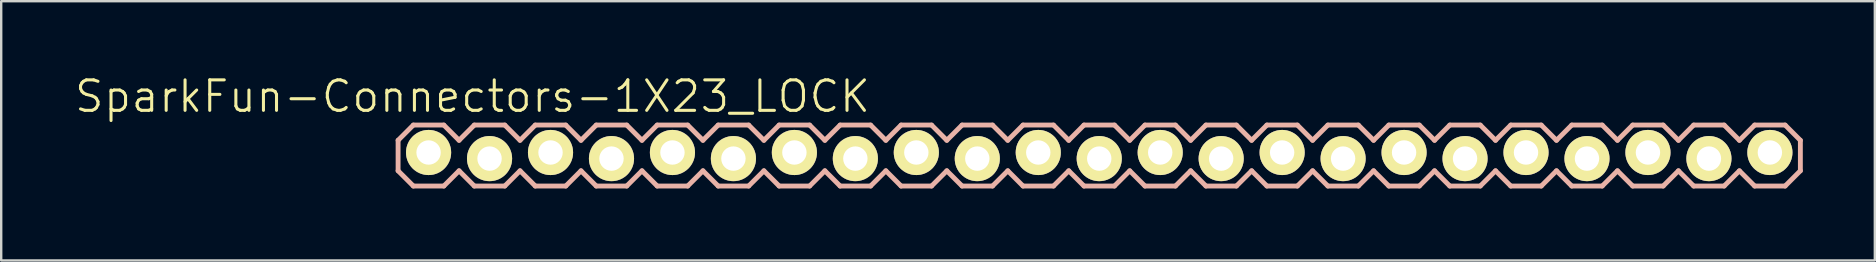
<source format=kicad_pcb>
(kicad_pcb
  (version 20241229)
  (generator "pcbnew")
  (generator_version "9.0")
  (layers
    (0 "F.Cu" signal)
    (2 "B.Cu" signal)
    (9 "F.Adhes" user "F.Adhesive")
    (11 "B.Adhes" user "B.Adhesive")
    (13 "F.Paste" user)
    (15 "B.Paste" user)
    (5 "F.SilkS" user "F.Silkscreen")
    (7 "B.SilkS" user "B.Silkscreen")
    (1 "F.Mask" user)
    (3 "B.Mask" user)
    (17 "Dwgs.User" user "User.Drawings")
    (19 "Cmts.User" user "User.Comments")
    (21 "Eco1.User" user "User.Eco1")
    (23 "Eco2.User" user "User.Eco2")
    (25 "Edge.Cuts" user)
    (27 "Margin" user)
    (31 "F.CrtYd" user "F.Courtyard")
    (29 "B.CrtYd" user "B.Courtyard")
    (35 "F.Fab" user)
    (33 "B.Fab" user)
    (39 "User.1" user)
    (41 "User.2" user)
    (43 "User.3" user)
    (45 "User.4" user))
  (footprint "SparkFun-Connectors-1X23_LOCK"
    (layer "F.Cu")
    (at 41.475 3.43)
    (property "Reference" "SparkFun-Connectors-1X23_LOCK" (at -24.841 -2.464 0) (layer "F.SilkS") (effects (font (size 1.27 1.27) (thickness 0.127))))
    (attr exclude_from_pos_files exclude_from_bom)
    (fp_line (start -26.924 -0.254) (end -26.416 -0.254) (stroke (width 0.066) (type solid)) (layer "F.SilkS"))
    (fp_line (start -26.924 0.254) (end -26.924 -0.254) (stroke (width 0.066) (type solid)) (layer "F.SilkS"))
    (fp_line (start -26.924 0.254) (end -26.416 0.254) (stroke (width 0.066) (type solid)) (layer "F.SilkS"))
    (fp_line (start -26.416 0.254) (end -26.416 -0.254) (stroke (width 0.066) (type solid)) (layer "F.SilkS"))
    (fp_line (start -24.384 -0.254) (end -23.876 -0.254) (stroke (width 0.066) (type solid)) (layer "F.SilkS"))
    (fp_line (start -24.384 0.254) (end -24.384 -0.254) (stroke (width 0.066) (type solid)) (layer "F.SilkS"))
    (fp_line (start -24.384 0.254) (end -23.876 0.254) (stroke (width 0.066) (type solid)) (layer "F.SilkS"))
    (fp_line (start -23.876 0.254) (end -23.876 -0.254) (stroke (width 0.066) (type solid)) (layer "F.SilkS"))
    (fp_line (start -21.844 -0.254) (end -21.336 -0.254) (stroke (width 0.066) (type solid)) (layer "F.SilkS"))
    (fp_line (start -21.844 0.254) (end -21.844 -0.254) (stroke (width 0.066) (type solid)) (layer "F.SilkS"))
    (fp_line (start -21.844 0.254) (end -21.336 0.254) (stroke (width 0.066) (type solid)) (layer "F.SilkS"))
    (fp_line (start -21.336 0.254) (end -21.336 -0.254) (stroke (width 0.066) (type solid)) (layer "F.SilkS"))
    (fp_line (start -19.304 -0.254) (end -18.796 -0.254) (stroke (width 0.066) (type solid)) (layer "F.SilkS"))
    (fp_line (start -19.304 0.254) (end -19.304 -0.254) (stroke (width 0.066) (type solid)) (layer "F.SilkS"))
    (fp_line (start -19.304 0.254) (end -18.796 0.254) (stroke (width 0.066) (type solid)) (layer "F.SilkS"))
    (fp_line (start -18.796 0.254) (end -18.796 -0.254) (stroke (width 0.066) (type solid)) (layer "F.SilkS"))
    (fp_line (start -16.764 -0.254) (end -16.256 -0.254) (stroke (width 0.066) (type solid)) (layer "F.SilkS"))
    (fp_line (start -16.764 0.254) (end -16.764 -0.254) (stroke (width 0.066) (type solid)) (layer "F.SilkS"))
    (fp_line (start -16.764 0.254) (end -16.256 0.254) (stroke (width 0.066) (type solid)) (layer "F.SilkS"))
    (fp_line (start -16.256 0.254) (end -16.256 -0.254) (stroke (width 0.066) (type solid)) (layer "F.SilkS"))
    (fp_line (start -14.224 -0.254) (end -13.716 -0.254) (stroke (width 0.066) (type solid)) (layer "F.SilkS"))
    (fp_line (start -14.224 0.254) (end -14.224 -0.254) (stroke (width 0.066) (type solid)) (layer "F.SilkS"))
    (fp_line (start -14.224 0.254) (end -13.716 0.254) (stroke (width 0.066) (type solid)) (layer "F.SilkS"))
    (fp_line (start -13.716 0.254) (end -13.716 -0.254) (stroke (width 0.066) (type solid)) (layer "F.SilkS"))
    (fp_line (start -11.684 -0.254) (end -11.176 -0.254) (stroke (width 0.066) (type solid)) (layer "F.SilkS"))
    (fp_line (start -11.684 0.254) (end -11.684 -0.254) (stroke (width 0.066) (type solid)) (layer "F.SilkS"))
    (fp_line (start -11.684 0.254) (end -11.176 0.254) (stroke (width 0.066) (type solid)) (layer "F.SilkS"))
    (fp_line (start -11.176 0.254) (end -11.176 -0.254) (stroke (width 0.066) (type solid)) (layer "F.SilkS"))
    (fp_line (start -9.144 -0.254) (end -8.636 -0.254) (stroke (width 0.066) (type solid)) (layer "F.SilkS"))
    (fp_line (start -9.144 0.254) (end -9.144 -0.254) (stroke (width 0.066) (type solid)) (layer "F.SilkS"))
    (fp_line (start -9.144 0.254) (end -8.636 0.254) (stroke (width 0.066) (type solid)) (layer "F.SilkS"))
    (fp_line (start -8.636 0.254) (end -8.636 -0.254) (stroke (width 0.066) (type solid)) (layer "F.SilkS"))
    (fp_line (start -6.604 -0.254) (end -6.096 -0.254) (stroke (width 0.066) (type solid)) (layer "F.SilkS"))
    (fp_line (start -6.604 0.254) (end -6.604 -0.254) (stroke (width 0.066) (type solid)) (layer "F.SilkS"))
    (fp_line (start -6.604 0.254) (end -6.096 0.254) (stroke (width 0.066) (type solid)) (layer "F.SilkS"))
    (fp_line (start -6.096 0.254) (end -6.096 -0.254) (stroke (width 0.066) (type solid)) (layer "F.SilkS"))
    (fp_line (start -4.064 -0.254) (end -3.556 -0.254) (stroke (width 0.066) (type solid)) (layer "F.SilkS"))
    (fp_line (start -4.064 0.254) (end -4.064 -0.254) (stroke (width 0.066) (type solid)) (layer "F.SilkS"))
    (fp_line (start -4.064 0.254) (end -3.556 0.254) (stroke (width 0.066) (type solid)) (layer "F.SilkS"))
    (fp_line (start -3.556 0.254) (end -3.556 -0.254) (stroke (width 0.066) (type solid)) (layer "F.SilkS"))
    (fp_line (start -1.524 -0.254) (end -1.016 -0.254) (stroke (width 0.066) (type solid)) (layer "F.SilkS"))
    (fp_line (start -1.524 0.254) (end -1.524 -0.254) (stroke (width 0.066) (type solid)) (layer "F.SilkS"))
    (fp_line (start -1.524 0.254) (end -1.016 0.254) (stroke (width 0.066) (type solid)) (layer "F.SilkS"))
    (fp_line (start -1.016 0.254) (end -1.016 -0.254) (stroke (width 0.066) (type solid)) (layer "F.SilkS"))
    (fp_line (start 1.016 -0.254) (end 1.524 -0.254) (stroke (width 0.066) (type solid)) (layer "F.SilkS"))
    (fp_line (start 1.016 0.254) (end 1.016 -0.254) (stroke (width 0.066) (type solid)) (layer "F.SilkS"))
    (fp_line (start 1.016 0.254) (end 1.524 0.254) (stroke (width 0.066) (type solid)) (layer "F.SilkS"))
    (fp_line (start 1.524 0.254) (end 1.524 -0.254) (stroke (width 0.066) (type solid)) (layer "F.SilkS"))
    (fp_line (start 3.556 -0.254) (end 4.064 -0.254) (stroke (width 0.066) (type solid)) (layer "F.SilkS"))
    (fp_line (start 3.556 0.254) (end 3.556 -0.254) (stroke (width 0.066) (type solid)) (layer "F.SilkS"))
    (fp_line (start 3.556 0.254) (end 4.064 0.254) (stroke (width 0.066) (type solid)) (layer "F.SilkS"))
    (fp_line (start 4.064 0.254) (end 4.064 -0.254) (stroke (width 0.066) (type solid)) (layer "F.SilkS"))
    (fp_line (start 6.096 -0.254) (end 6.604 -0.254) (stroke (width 0.066) (type solid)) (layer "F.SilkS"))
    (fp_line (start 6.096 0.254) (end 6.096 -0.254) (stroke (width 0.066) (type solid)) (layer "F.SilkS"))
    (fp_line (start 6.096 0.254) (end 6.604 0.254) (stroke (width 0.066) (type solid)) (layer "F.SilkS"))
    (fp_line (start 6.604 0.254) (end 6.604 -0.254) (stroke (width 0.066) (type solid)) (layer "F.SilkS"))
    (fp_line (start 8.636 -0.254) (end 9.144 -0.254) (stroke (width 0.066) (type solid)) (layer "F.SilkS"))
    (fp_line (start 8.636 0.254) (end 8.636 -0.254) (stroke (width 0.066) (type solid)) (layer "F.SilkS"))
    (fp_line (start 8.636 0.254) (end 9.144 0.254) (stroke (width 0.066) (type solid)) (layer "F.SilkS"))
    (fp_line (start 9.144 0.254) (end 9.144 -0.254) (stroke (width 0.066) (type solid)) (layer "F.SilkS"))
    (fp_line (start 11.176 -0.254) (end 11.684 -0.254) (stroke (width 0.066) (type solid)) (layer "F.SilkS"))
    (fp_line (start 11.176 0.254) (end 11.176 -0.254) (stroke (width 0.066) (type solid)) (layer "F.SilkS"))
    (fp_line (start 11.176 0.254) (end 11.684 0.254) (stroke (width 0.066) (type solid)) (layer "F.SilkS"))
    (fp_line (start 11.684 0.254) (end 11.684 -0.254) (stroke (width 0.066) (type solid)) (layer "F.SilkS"))
    (fp_line (start 13.716 -0.254) (end 14.224 -0.254) (stroke (width 0.066) (type solid)) (layer "F.SilkS"))
    (fp_line (start 13.716 0.254) (end 13.716 -0.254) (stroke (width 0.066) (type solid)) (layer "F.SilkS"))
    (fp_line (start 13.716 0.254) (end 14.224 0.254) (stroke (width 0.066) (type solid)) (layer "F.SilkS"))
    (fp_line (start 14.224 0.254) (end 14.224 -0.254) (stroke (width 0.066) (type solid)) (layer "F.SilkS"))
    (fp_line (start 16.256 -0.254) (end 16.764 -0.254) (stroke (width 0.066) (type solid)) (layer "F.SilkS"))
    (fp_line (start 16.256 0.254) (end 16.256 -0.254) (stroke (width 0.066) (type solid)) (layer "F.SilkS"))
    (fp_line (start 16.256 0.254) (end 16.764 0.254) (stroke (width 0.066) (type solid)) (layer "F.SilkS"))
    (fp_line (start 16.764 0.254) (end 16.764 -0.254) (stroke (width 0.066) (type solid)) (layer "F.SilkS"))
    (fp_line (start 18.796 -0.254) (end 19.304 -0.254) (stroke (width 0.066) (type solid)) (layer "F.SilkS"))
    (fp_line (start 18.796 0.254) (end 18.796 -0.254) (stroke (width 0.066) (type solid)) (layer "F.SilkS"))
    (fp_line (start 18.796 0.254) (end 19.304 0.254) (stroke (width 0.066) (type solid)) (layer "F.SilkS"))
    (fp_line (start 19.304 0.254) (end 19.304 -0.254) (stroke (width 0.066) (type solid)) (layer "F.SilkS"))
    (fp_line (start 21.336 -0.254) (end 21.844 -0.254) (stroke (width 0.066) (type solid)) (layer "F.SilkS"))
    (fp_line (start 21.336 0.254) (end 21.336 -0.254) (stroke (width 0.066) (type solid)) (layer "F.SilkS"))
    (fp_line (start 21.336 0.254) (end 21.844 0.254) (stroke (width 0.066) (type solid)) (layer "F.SilkS"))
    (fp_line (start 21.844 0.254) (end 21.844 -0.254) (stroke (width 0.066) (type solid)) (layer "F.SilkS"))
    (fp_line (start 23.876 -0.254) (end 24.384 -0.254) (stroke (width 0.066) (type solid)) (layer "F.SilkS"))
    (fp_line (start 23.876 0.254) (end 23.876 -0.254) (stroke (width 0.066) (type solid)) (layer "F.SilkS"))
    (fp_line (start 23.876 0.254) (end 24.384 0.254) (stroke (width 0.066) (type solid)) (layer "F.SilkS"))
    (fp_line (start 24.384 0.254) (end 24.384 -0.254) (stroke (width 0.066) (type solid)) (layer "F.SilkS"))
    (fp_line (start 26.416 -0.254) (end 26.924 -0.254) (stroke (width 0.066) (type solid)) (layer "F.SilkS"))
    (fp_line (start 26.416 0.254) (end 26.416 -0.254) (stroke (width 0.066) (type solid)) (layer "F.SilkS"))
    (fp_line (start 26.416 0.254) (end 26.924 0.254) (stroke (width 0.066) (type solid)) (layer "F.SilkS"))
    (fp_line (start 26.924 0.254) (end 26.924 -0.254) (stroke (width 0.066) (type solid)) (layer "F.SilkS"))
    (fp_line (start 28.953 -0.254) (end 29.464 -0.254) (stroke (width 0.066) (type solid)) (layer "F.SilkS"))
    (fp_line (start 28.953 0.254) (end 28.953 -0.254) (stroke (width 0.066) (type solid)) (layer "F.SilkS"))
    (fp_line (start 28.953 0.254) (end 29.464 0.254) (stroke (width 0.066) (type solid)) (layer "F.SilkS"))
    (fp_line (start 29.464 0.254) (end 29.464 -0.254) (stroke (width 0.066) (type solid)) (layer "F.SilkS"))
    (fp_line (start -27.94 -0.635) (end -27.94 0.635) (stroke (width 0.203) (type solid)) (layer "B.SilkS"))
    (fp_line (start -27.94 -0.635) (end -27.305 -1.27) (stroke (width 0.203) (type solid)) (layer "B.SilkS"))
    (fp_line (start -27.305 -1.27) (end -26.035 -1.27) (stroke (width 0.203) (type solid)) (layer "B.SilkS"))
    (fp_line (start -27.305 1.27) (end -27.94 0.635) (stroke (width 0.203) (type solid)) (layer "B.SilkS"))
    (fp_line (start -26.035 -1.27) (end -25.4 -0.635) (stroke (width 0.203) (type solid)) (layer "B.SilkS"))
    (fp_line (start -26.035 1.27) (end -27.305 1.27) (stroke (width 0.203) (type solid)) (layer "B.SilkS"))
    (fp_line (start -25.4 -0.635) (end -24.765 -1.27) (stroke (width 0.203) (type solid)) (layer "B.SilkS"))
    (fp_line (start -25.4 0.635) (end -26.035 1.27) (stroke (width 0.203) (type solid)) (layer "B.SilkS"))
    (fp_line (start -24.765 -1.27) (end -23.495 -1.27) (stroke (width 0.203) (type solid)) (layer "B.SilkS"))
    (fp_line (start -24.765 1.27) (end -25.4 0.635) (stroke (width 0.203) (type solid)) (layer "B.SilkS"))
    (fp_line (start -23.495 -1.27) (end -22.86 -0.635) (stroke (width 0.203) (type solid)) (layer "B.SilkS"))
    (fp_line (start -23.495 1.27) (end -24.765 1.27) (stroke (width 0.203) (type solid)) (layer "B.SilkS"))
    (fp_line (start -22.86 0.635) (end -23.495 1.27) (stroke (width 0.203) (type solid)) (layer "B.SilkS"))
    (fp_line (start -22.86 0.635) (end -22.225 1.27) (stroke (width 0.203) (type solid)) (layer "B.SilkS"))
    (fp_line (start -22.225 -1.27) (end -22.86 -0.635) (stroke (width 0.203) (type solid)) (layer "B.SilkS"))
    (fp_line (start -22.225 -1.27) (end -20.955 -1.27) (stroke (width 0.203) (type solid)) (layer "B.SilkS"))
    (fp_line (start -20.955 -1.27) (end -20.32 -0.635) (stroke (width 0.203) (type solid)) (layer "B.SilkS"))
    (fp_line (start -20.955 1.27) (end -22.225 1.27) (stroke (width 0.203) (type solid)) (layer "B.SilkS"))
    (fp_line (start -20.32 -0.635) (end -19.685 -1.27) (stroke (width 0.203) (type solid)) (layer "B.SilkS"))
    (fp_line (start -20.32 0.635) (end -20.955 1.27) (stroke (width 0.203) (type solid)) (layer "B.SilkS"))
    (fp_line (start -19.685 -1.27) (end -18.415 -1.27) (stroke (width 0.203) (type solid)) (layer "B.SilkS"))
    (fp_line (start -19.685 1.27) (end -20.32 0.635) (stroke (width 0.203) (type solid)) (layer "B.SilkS"))
    (fp_line (start -18.415 -1.27) (end -17.78 -0.635) (stroke (width 0.203) (type solid)) (layer "B.SilkS"))
    (fp_line (start -18.415 1.27) (end -19.685 1.27) (stroke (width 0.203) (type solid)) (layer "B.SilkS"))
    (fp_line (start -17.78 -0.635) (end -17.145 -1.27) (stroke (width 0.203) (type solid)) (layer "B.SilkS"))
    (fp_line (start -17.78 0.635) (end -18.415 1.27) (stroke (width 0.203) (type solid)) (layer "B.SilkS"))
    (fp_line (start -17.145 -1.27) (end -15.875 -1.27) (stroke (width 0.203) (type solid)) (layer "B.SilkS"))
    (fp_line (start -17.145 1.27) (end -17.78 0.635) (stroke (width 0.203) (type solid)) (layer "B.SilkS"))
    (fp_line (start -15.875 -1.27) (end -15.24 -0.635) (stroke (width 0.203) (type solid)) (layer "B.SilkS"))
    (fp_line (start -15.875 1.27) (end -17.145 1.27) (stroke (width 0.203) (type solid)) (layer "B.SilkS"))
    (fp_line (start -15.24 0.635) (end -15.875 1.27) (stroke (width 0.203) (type solid)) (layer "B.SilkS"))
    (fp_line (start -15.24 0.635) (end -14.605 1.27) (stroke (width 0.203) (type solid)) (layer "B.SilkS"))
    (fp_line (start -14.605 -1.27) (end -15.24 -0.635) (stroke (width 0.203) (type solid)) (layer "B.SilkS"))
    (fp_line (start -14.605 -1.27) (end -13.335 -1.27) (stroke (width 0.203) (type solid)) (layer "B.SilkS"))
    (fp_line (start -13.335 -1.27) (end -12.7 -0.635) (stroke (width 0.203) (type solid)) (layer "B.SilkS"))
    (fp_line (start -13.335 1.27) (end -14.605 1.27) (stroke (width 0.203) (type solid)) (layer "B.SilkS"))
    (fp_line (start -12.7 0.635) (end -13.335 1.27) (stroke (width 0.203) (type solid)) (layer "B.SilkS"))
    (fp_line (start -12.7 0.635) (end -12.065 1.27) (stroke (width 0.203) (type solid)) (layer "B.SilkS"))
    (fp_line (start -12.065 -1.27) (end -12.7 -0.635) (stroke (width 0.203) (type solid)) (layer "B.SilkS"))
    (fp_line (start -12.065 -1.27) (end -10.795 -1.27) (stroke (width 0.203) (type solid)) (layer "B.SilkS"))
    (fp_line (start -10.795 -1.27) (end -10.16 -0.635) (stroke (width 0.203) (type solid)) (layer "B.SilkS"))
    (fp_line (start -10.795 1.27) (end -12.065 1.27) (stroke (width 0.203) (type solid)) (layer "B.SilkS"))
    (fp_line (start -10.16 -0.635) (end -9.525 -1.27) (stroke (width 0.203) (type solid)) (layer "B.SilkS"))
    (fp_line (start -10.16 0.635) (end -10.795 1.27) (stroke (width 0.203) (type solid)) (layer "B.SilkS"))
    (fp_line (start -9.525 -1.27) (end -8.255 -1.27) (stroke (width 0.203) (type solid)) (layer "B.SilkS"))
    (fp_line (start -9.525 1.27) (end -10.16 0.635) (stroke (width 0.203) (type solid)) (layer "B.SilkS"))
    (fp_line (start -8.255 -1.27) (end -7.62 -0.635) (stroke (width 0.203) (type solid)) (layer "B.SilkS"))
    (fp_line (start -8.255 1.27) (end -9.525 1.27) (stroke (width 0.203) (type solid)) (layer "B.SilkS"))
    (fp_line (start -7.62 -0.635) (end -6.985 -1.27) (stroke (width 0.203) (type solid)) (layer "B.SilkS"))
    (fp_line (start -7.62 0.635) (end -8.255 1.27) (stroke (width 0.203) (type solid)) (layer "B.SilkS"))
    (fp_line (start -6.985 -1.27) (end -5.715 -1.27) (stroke (width 0.203) (type solid)) (layer "B.SilkS"))
    (fp_line (start -6.985 1.27) (end -7.62 0.635) (stroke (width 0.203) (type solid)) (layer "B.SilkS"))
    (fp_line (start -5.715 -1.27) (end -5.08 -0.635) (stroke (width 0.203) (type solid)) (layer "B.SilkS"))
    (fp_line (start -5.715 1.27) (end -6.985 1.27) (stroke (width 0.203) (type solid)) (layer "B.SilkS"))
    (fp_line (start -5.08 0.635) (end -5.715 1.27) (stroke (width 0.203) (type solid)) (layer "B.SilkS"))
    (fp_line (start -5.08 0.635) (end -4.445 1.27) (stroke (width 0.203) (type solid)) (layer "B.SilkS"))
    (fp_line (start -4.445 -1.27) (end -5.08 -0.635) (stroke (width 0.203) (type solid)) (layer "B.SilkS"))
    (fp_line (start -4.445 -1.27) (end -3.175 -1.27) (stroke (width 0.203) (type solid)) (layer "B.SilkS"))
    (fp_line (start -3.175 -1.27) (end -2.54 -0.635) (stroke (width 0.203) (type solid)) (layer "B.SilkS"))
    (fp_line (start -3.175 1.27) (end -4.445 1.27) (stroke (width 0.203) (type solid)) (layer "B.SilkS"))
    (fp_line (start -2.54 -0.635) (end -1.905 -1.27) (stroke (width 0.203) (type solid)) (layer "B.SilkS"))
    (fp_line (start -2.54 0.635) (end -3.175 1.27) (stroke (width 0.203) (type solid)) (layer "B.SilkS"))
    (fp_line (start -1.905 -1.27) (end -0.635 -1.27) (stroke (width 0.203) (type solid)) (layer "B.SilkS"))
    (fp_line (start -1.905 1.27) (end -2.54 0.635) (stroke (width 0.203) (type solid)) (layer "B.SilkS"))
    (fp_line (start -0.635 -1.27) (end 0 -0.635) (stroke (width 0.203) (type solid)) (layer "B.SilkS"))
    (fp_line (start -0.635 1.27) (end -1.905 1.27) (stroke (width 0.203) (type solid)) (layer "B.SilkS"))
    (fp_line (start 0 -0.635) (end 0.635 -1.27) (stroke (width 0.203) (type solid)) (layer "B.SilkS"))
    (fp_line (start 0 0.635) (end -0.635 1.27) (stroke (width 0.203) (type solid)) (layer "B.SilkS"))
    (fp_line (start 0.635 -1.27) (end 1.905 -1.27) (stroke (width 0.203) (type solid)) (layer "B.SilkS"))
    (fp_line (start 0.635 1.27) (end 0 0.635) (stroke (width 0.203) (type solid)) (layer "B.SilkS"))
    (fp_line (start 1.905 -1.27) (end 2.54 -0.635) (stroke (width 0.203) (type solid)) (layer "B.SilkS"))
    (fp_line (start 1.905 1.27) (end 0.635 1.27) (stroke (width 0.203) (type solid)) (layer "B.SilkS"))
    (fp_line (start 2.54 0.635) (end 1.905 1.27) (stroke (width 0.203) (type solid)) (layer "B.SilkS"))
    (fp_line (start 2.54 0.635) (end 3.175 1.27) (stroke (width 0.203) (type solid)) (layer "B.SilkS"))
    (fp_line (start 3.175 -1.27) (end 2.54 -0.635) (stroke (width 0.203) (type solid)) (layer "B.SilkS"))
    (fp_line (start 3.175 -1.27) (end 4.445 -1.27) (stroke (width 0.203) (type solid)) (layer "B.SilkS"))
    (fp_line (start 4.445 -1.27) (end 5.08 -0.635) (stroke (width 0.203) (type solid)) (layer "B.SilkS"))
    (fp_line (start 4.445 1.27) (end 3.175 1.27) (stroke (width 0.203) (type solid)) (layer "B.SilkS"))
    (fp_line (start 5.08 0.635) (end 4.445 1.27) (stroke (width 0.203) (type solid)) (layer "B.SilkS"))
    (fp_line (start 5.08 0.635) (end 5.715 1.27) (stroke (width 0.203) (type solid)) (layer "B.SilkS"))
    (fp_line (start 5.715 -1.27) (end 5.08 -0.635) (stroke (width 0.203) (type solid)) (layer "B.SilkS"))
    (fp_line (start 5.715 -1.27) (end 6.985 -1.27) (stroke (width 0.203) (type solid)) (layer "B.SilkS"))
    (fp_line (start 6.985 -1.27) (end 7.62 -0.635) (stroke (width 0.203) (type solid)) (layer "B.SilkS"))
    (fp_line (start 6.985 1.27) (end 5.715 1.27) (stroke (width 0.203) (type solid)) (layer "B.SilkS"))
    (fp_line (start 7.62 0.635) (end 6.985 1.27) (stroke (width 0.203) (type solid)) (layer "B.SilkS"))
    (fp_line (start 7.62 0.635) (end 8.255 1.27) (stroke (width 0.203) (type solid)) (layer "B.SilkS"))
    (fp_line (start 8.255 -1.27) (end 7.62 -0.635) (stroke (width 0.203) (type solid)) (layer "B.SilkS"))
    (fp_line (start 8.255 -1.27) (end 9.525 -1.27) (stroke (width 0.203) (type solid)) (layer "B.SilkS"))
    (fp_line (start 9.525 -1.27) (end 10.16 -0.635) (stroke (width 0.203) (type solid)) (layer "B.SilkS"))
    (fp_line (start 9.525 1.27) (end 8.255 1.27) (stroke (width 0.203) (type solid)) (layer "B.SilkS"))
    (fp_line (start 10.16 0.635) (end 9.525 1.27) (stroke (width 0.203) (type solid)) (layer "B.SilkS"))
    (fp_line (start 10.16 0.635) (end 10.795 1.27) (stroke (width 0.203) (type solid)) (layer "B.SilkS"))
    (fp_line (start 10.795 -1.27) (end 10.16 -0.635) (stroke (width 0.203) (type solid)) (layer "B.SilkS"))
    (fp_line (start 10.795 -1.27) (end 12.065 -1.27) (stroke (width 0.203) (type solid)) (layer "B.SilkS"))
    (fp_line (start 12.065 -1.27) (end 12.7 -0.635) (stroke (width 0.203) (type solid)) (layer "B.SilkS"))
    (fp_line (start 12.065 1.27) (end 10.795 1.27) (stroke (width 0.203) (type solid)) (layer "B.SilkS"))
    (fp_line (start 12.7 0.635) (end 12.065 1.27) (stroke (width 0.203) (type solid)) (layer "B.SilkS"))
    (fp_line (start 12.7 0.635) (end 13.335 1.27) (stroke (width 0.203) (type solid)) (layer "B.SilkS"))
    (fp_line (start 13.335 -1.27) (end 12.7 -0.635) (stroke (width 0.203) (type solid)) (layer "B.SilkS"))
    (fp_line (start 13.335 -1.27) (end 14.605 -1.27) (stroke (width 0.203) (type solid)) (layer "B.SilkS"))
    (fp_line (start 14.605 -1.27) (end 15.24 -0.635) (stroke (width 0.203) (type solid)) (layer "B.SilkS"))
    (fp_line (start 14.605 1.27) (end 13.335 1.27) (stroke (width 0.203) (type solid)) (layer "B.SilkS"))
    (fp_line (start 15.24 0.635) (end 14.605 1.27) (stroke (width 0.203) (type solid)) (layer "B.SilkS"))
    (fp_line (start 15.24 0.635) (end 15.875 1.27) (stroke (width 0.203) (type solid)) (layer "B.SilkS"))
    (fp_line (start 15.875 -1.27) (end 15.24 -0.635) (stroke (width 0.203) (type solid)) (layer "B.SilkS"))
    (fp_line (start 15.875 -1.27) (end 17.145 -1.27) (stroke (width 0.203) (type solid)) (layer "B.SilkS"))
    (fp_line (start 17.145 -1.27) (end 17.78 -0.635) (stroke (width 0.203) (type solid)) (layer "B.SilkS"))
    (fp_line (start 17.145 1.27) (end 15.875 1.27) (stroke (width 0.203) (type solid)) (layer "B.SilkS"))
    (fp_line (start 17.78 0.635) (end 17.145 1.27) (stroke (width 0.203) (type solid)) (layer "B.SilkS"))
    (fp_line (start 17.78 0.635) (end 18.415 1.27) (stroke (width 0.203) (type solid)) (layer "B.SilkS"))
    (fp_line (start 18.415 -1.27) (end 17.78 -0.635) (stroke (width 0.203) (type solid)) (layer "B.SilkS"))
    (fp_line (start 18.415 -1.27) (end 19.685 -1.27) (stroke (width 0.203) (type solid)) (layer "B.SilkS"))
    (fp_line (start 19.685 -1.27) (end 20.32 -0.635) (stroke (width 0.203) (type solid)) (layer "B.SilkS"))
    (fp_line (start 19.685 1.27) (end 18.415 1.27) (stroke (width 0.203) (type solid)) (layer "B.SilkS"))
    (fp_line (start 20.32 0.635) (end 19.685 1.27) (stroke (width 0.203) (type solid)) (layer "B.SilkS"))
    (fp_line (start 20.32 0.635) (end 20.955 1.27) (stroke (width 0.203) (type solid)) (layer "B.SilkS"))
    (fp_line (start 20.955 -1.27) (end 20.32 -0.635) (stroke (width 0.203) (type solid)) (layer "B.SilkS"))
    (fp_line (start 20.955 -1.27) (end 22.225 -1.27) (stroke (width 0.203) (type solid)) (layer "B.SilkS"))
    (fp_line (start 22.225 -1.27) (end 22.86 -0.635) (stroke (width 0.203) (type solid)) (layer "B.SilkS"))
    (fp_line (start 22.225 1.27) (end 20.955 1.27) (stroke (width 0.203) (type solid)) (layer "B.SilkS"))
    (fp_line (start 22.86 0.635) (end 22.225 1.27) (stroke (width 0.203) (type solid)) (layer "B.SilkS"))
    (fp_line (start 22.86 0.635) (end 23.495 1.27) (stroke (width 0.203) (type solid)) (layer "B.SilkS"))
    (fp_line (start 23.495 -1.27) (end 22.86 -0.635) (stroke (width 0.203) (type solid)) (layer "B.SilkS"))
    (fp_line (start 23.495 -1.27) (end 24.765 -1.27) (stroke (width 0.203) (type solid)) (layer "B.SilkS"))
    (fp_line (start 24.765 -1.27) (end 25.4 -0.635) (stroke (width 0.203) (type solid)) (layer "B.SilkS"))
    (fp_line (start 24.765 1.27) (end 23.495 1.27) (stroke (width 0.203) (type solid)) (layer "B.SilkS"))
    (fp_line (start 25.4 0.635) (end 24.765 1.27) (stroke (width 0.203) (type solid)) (layer "B.SilkS"))
    (fp_line (start 25.4 0.635) (end 26.035 1.27) (stroke (width 0.203) (type solid)) (layer "B.SilkS"))
    (fp_line (start 26.035 -1.27) (end 25.4 -0.635) (stroke (width 0.203) (type solid)) (layer "B.SilkS"))
    (fp_line (start 26.035 -1.27) (end 27.305 -1.27) (stroke (width 0.203) (type solid)) (layer "B.SilkS"))
    (fp_line (start 27.305 -1.27) (end 27.94 -0.635) (stroke (width 0.203) (type solid)) (layer "B.SilkS"))
    (fp_line (start 27.305 1.27) (end 26.035 1.27) (stroke (width 0.203) (type solid)) (layer "B.SilkS"))
    (fp_line (start 27.94 0.635) (end 27.305 1.27) (stroke (width 0.203) (type solid)) (layer "B.SilkS"))
    (fp_line (start 27.94 0.635) (end 28.575 1.27) (stroke (width 0.203) (type solid)) (layer "B.SilkS"))
    (fp_line (start 28.575 -1.27) (end 27.94 -0.635) (stroke (width 0.203) (type solid)) (layer "B.SilkS"))
    (fp_line (start 28.575 -1.27) (end 29.845 -1.27) (stroke (width 0.203) (type solid)) (layer "B.SilkS"))
    (fp_line (start 29.845 -1.27) (end 30.48 -0.635) (stroke (width 0.203) (type solid)) (layer "B.SilkS"))
    (fp_line (start 29.845 1.27) (end 28.575 1.27) (stroke (width 0.203) (type solid)) (layer "B.SilkS"))
    (fp_line (start 30.48 -0.635) (end 30.48 0.635) (stroke (width 0.203) (type solid)) (layer "B.SilkS"))
    (fp_line (start 30.48 0.635) (end 29.845 1.27) (stroke (width 0.203) (type solid)) (layer "B.SilkS"))
    (pad "2" thru_hole circle (at -26.67 -0.127) (size 1.88 1.88) (drill 1.016) (layers "*.Cu" "F.Mask" "F.SilkS" "F.Paste"))
    (pad "3" thru_hole circle (at -24.13 0.127) (size 1.88 1.88) (drill 1.016) (layers "*.Cu" "F.Mask" "F.SilkS" "F.Paste"))
    (pad "4" thru_hole circle (at -21.59 -0.127) (size 1.88 1.88) (drill 1.016) (layers "*.Cu" "F.Mask" "F.SilkS" "F.Paste"))
    (pad "5" thru_hole circle (at -19.05 0.127) (size 1.88 1.88) (drill 1.016) (layers "*.Cu" "F.Mask" "F.SilkS" "F.Paste"))
    (pad "6" thru_hole circle (at -16.51 -0.127) (size 1.88 1.88) (drill 1.016) (layers "*.Cu" "F.Mask" "F.SilkS" "F.Paste"))
    (pad "7" thru_hole circle (at -13.97 0.127) (size 1.88 1.88) (drill 1.016) (layers "*.Cu" "F.Mask" "F.SilkS" "F.Paste"))
    (pad "8" thru_hole circle (at -11.43 -0.127) (size 1.88 1.88) (drill 1.016) (layers "*.Cu" "F.Mask" "F.SilkS" "F.Paste"))
    (pad "9" thru_hole circle (at -8.89 0.127) (size 1.88 1.88) (drill 1.016) (layers "*.Cu" "F.Mask" "F.SilkS" "F.Paste"))
    (pad "10" thru_hole circle (at -6.35 -0.127) (size 1.88 1.88) (drill 1.016) (layers "*.Cu" "F.Mask" "F.SilkS" "F.Paste"))
    (pad "11" thru_hole circle (at -3.81 0.127) (size 1.88 1.88) (drill 1.016) (layers "*.Cu" "F.Mask" "F.SilkS" "F.Paste"))
    (pad "12" thru_hole circle (at -1.27 -0.127) (size 1.88 1.88) (drill 1.016) (layers "*.Cu" "F.Mask" "F.SilkS" "F.Paste"))
    (pad "13" thru_hole circle (at 1.27 0.127) (size 1.88 1.88) (drill 1.016) (layers "*.Cu" "F.Mask" "F.SilkS" "F.Paste"))
    (pad "14" thru_hole circle (at 3.81 -0.127) (size 1.88 1.88) (drill 1.016) (layers "*.Cu" "F.Mask" "F.SilkS" "F.Paste"))
    (pad "15" thru_hole circle (at 6.35 0.127) (size 1.88 1.88) (drill 1.016) (layers "*.Cu" "F.Mask" "F.SilkS" "F.Paste"))
    (pad "16" thru_hole circle (at 8.89 -0.127) (size 1.88 1.88) (drill 1.016) (layers "*.Cu" "F.Mask" "F.SilkS" "F.Paste"))
    (pad "17" thru_hole circle (at 11.43 0.127) (size 1.88 1.88) (drill 1.016) (layers "*.Cu" "F.Mask" "F.SilkS" "F.Paste"))
    (pad "18" thru_hole circle (at 13.97 -0.127) (size 1.88 1.88) (drill 1.016) (layers "*.Cu" "F.Mask" "F.SilkS" "F.Paste"))
    (pad "19" thru_hole circle (at 16.51 0.127) (size 1.88 1.88) (drill 1.016) (layers "*.Cu" "F.Mask" "F.SilkS" "F.Paste"))
    (pad "20" thru_hole circle (at 19.05 -0.127) (size 1.88 1.88) (drill 1.016) (layers "*.Cu" "F.Mask" "F.SilkS" "F.Paste"))
    (pad "21" thru_hole circle (at 21.59 0.127) (size 1.88 1.88) (drill 1.016) (layers "*.Cu" "F.Mask" "F.SilkS" "F.Paste"))
    (pad "22" thru_hole circle (at 24.13 -0.127) (size 1.88 1.88) (drill 1.016) (layers "*.Cu" "F.Mask" "F.SilkS" "F.Paste"))
    (pad "23" thru_hole circle (at 26.67 0.127) (size 1.88 1.88) (drill 1.016) (layers "*.Cu" "F.Mask" "F.SilkS" "F.Paste"))
    (pad "24" thru_hole circle (at 29.21 -0.127) (size 1.88 1.88) (drill 1.016) (layers "*.Cu" "F.Mask" "F.SilkS" "F.Paste")))
  (gr_rect
    (start -3 -3)
    (end 75.057 7.801)
    (stroke (width 0.1) (type default))
    (fill no)
    (layer "Edge.Cuts")))
</source>
